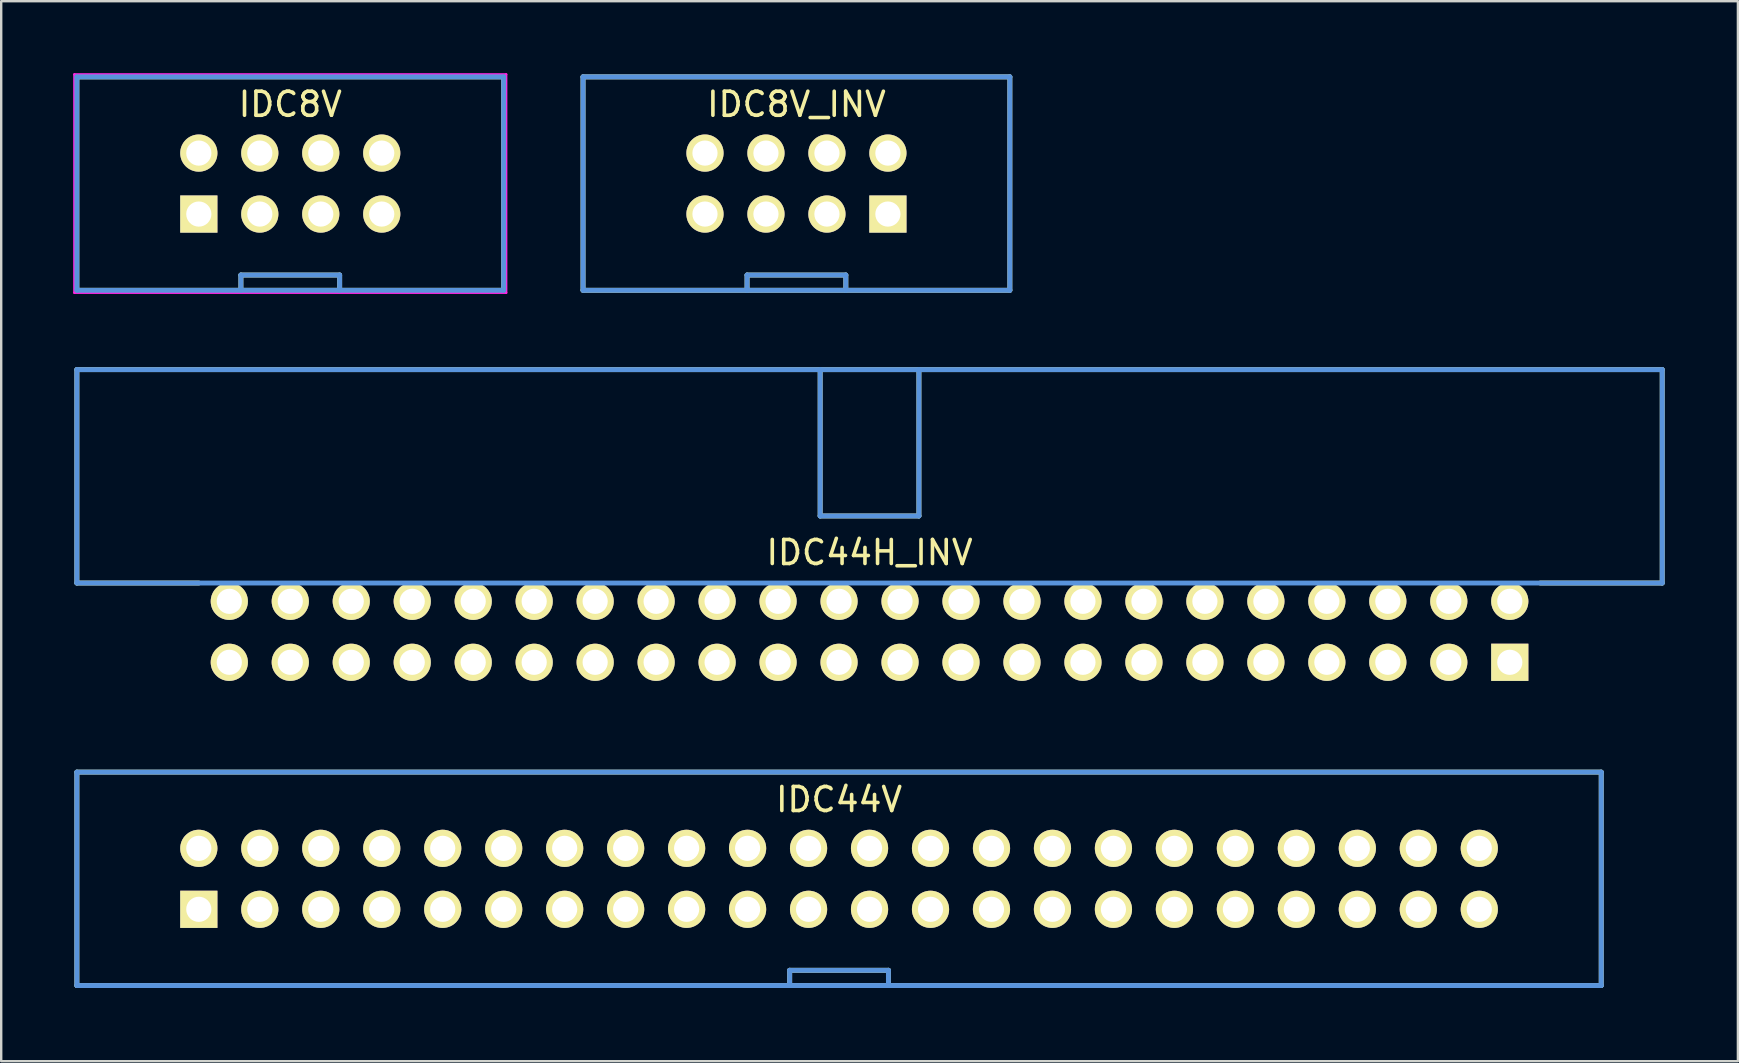
<source format=kicad_pcb>
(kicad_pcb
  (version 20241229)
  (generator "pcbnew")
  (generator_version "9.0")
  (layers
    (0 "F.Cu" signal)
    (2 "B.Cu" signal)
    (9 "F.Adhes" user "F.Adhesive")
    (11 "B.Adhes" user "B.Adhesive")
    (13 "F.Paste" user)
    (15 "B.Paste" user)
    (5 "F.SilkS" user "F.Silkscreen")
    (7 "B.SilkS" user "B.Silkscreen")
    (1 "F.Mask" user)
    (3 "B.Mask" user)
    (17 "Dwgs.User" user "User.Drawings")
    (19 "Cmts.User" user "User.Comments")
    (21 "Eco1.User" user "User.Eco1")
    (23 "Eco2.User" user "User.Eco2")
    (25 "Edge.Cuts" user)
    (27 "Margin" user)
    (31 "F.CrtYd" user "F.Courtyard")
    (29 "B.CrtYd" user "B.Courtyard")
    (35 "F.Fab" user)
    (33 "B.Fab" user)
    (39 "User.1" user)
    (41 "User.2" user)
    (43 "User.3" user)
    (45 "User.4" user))
  (footprint "IDC44H_INV"
    (layer "F.Cu")
    (at 6.502 24.539)
    (property "Reference" "IDC44H_INV" (at 26.67 -4.572 0) (layer "F.SilkS") (effects (font (size 1.001 1.001) (thickness 0.15))))
    (attr through_hole)
    (fp_line (start -6.35 -12.192) (end 59.69 -12.192) (stroke (width 0.203) (type solid)) (layer "F.SilkS"))
    (fp_line (start -6.35 -3.302) (end -6.35 -12.192) (stroke (width 0.203) (type solid)) (layer "F.SilkS"))
    (fp_line (start -6.35 -3.302) (end -1.27 -3.302) (stroke (width 0.203) (type solid)) (layer "F.SilkS"))
    (fp_line (start 24.613 -12.192) (end 24.613 -6.096) (stroke (width 0.203) (type solid)) (layer "F.SilkS"))
    (fp_line (start 24.613 -6.096) (end 28.727 -6.096) (stroke (width 0.203) (type solid)) (layer "F.SilkS"))
    (fp_line (start 28.727 -12.192) (end 28.727 -6.096) (stroke (width 0.203) (type solid)) (layer "F.SilkS"))
    (fp_line (start 59.69 -12.192) (end 59.69 -3.302) (stroke (width 0.203) (type solid)) (layer "F.SilkS"))
    (fp_line (start 59.69 -3.302) (end 54.61 -3.302) (stroke (width 0.203) (type solid)) (layer "F.SilkS"))
    (fp_line (start -6.35 -12.192) (end -6.35 -3.302) (stroke (width 0.203) (type solid)) (layer "Cmts.User"))
    (fp_line (start -6.35 -3.302) (end 59.69 -3.302) (stroke (width 0.203) (type solid)) (layer "Cmts.User"))
    (fp_line (start 24.613 -12.192) (end 24.613 -6.096) (stroke (width 0.203) (type solid)) (layer "Cmts.User"))
    (fp_line (start 24.613 -6.096) (end 28.727 -6.096) (stroke (width 0.203) (type solid)) (layer "Cmts.User"))
    (fp_line (start 28.727 -12.192) (end 28.727 -6.096) (stroke (width 0.203) (type solid)) (layer "Cmts.User"))
    (fp_line (start 59.69 -12.192) (end -6.35 -12.192) (stroke (width 0.203) (type solid)) (layer "Cmts.User"))
    (fp_line (start 59.69 -3.302) (end 59.69 -12.192) (stroke (width 0.203) (type solid)) (layer "Cmts.User"))
    (fp_line (start -6.452 -12.294) (end -6.452 -3.2) (stroke (width 0.102) (type solid)) (layer "Eco1.User"))
    (fp_line (start -6.452 -3.2) (end -1.372 -3.2) (stroke (width 0.102) (type solid)) (layer "Eco1.User"))
    (fp_line (start -1.372 -3.2) (end -1.372 1.372) (stroke (width 0.102) (type solid)) (layer "Eco1.User"))
    (fp_line (start -1.372 1.372) (end 54.712 1.372) (stroke (width 0.102) (type solid)) (layer "Eco1.User"))
    (fp_line (start 54.712 -3.2) (end 59.792 -3.2) (stroke (width 0.102) (type solid)) (layer "Eco1.User"))
    (fp_line (start 54.712 1.372) (end 54.712 -3.2) (stroke (width 0.102) (type solid)) (layer "Eco1.User"))
    (fp_line (start 59.792 -12.294) (end -6.452 -12.294) (stroke (width 0.102) (type solid)) (layer "Eco1.User"))
    (fp_line (start 59.792 -3.2) (end 59.792 -12.294) (stroke (width 0.102) (type solid)) (layer "Eco1.User"))
    (pad "1" thru_hole rect (at 53.34 0) (size 1.549 1.549) (drill 1.049) (layers "*.Cu" "*.Mask" "F.SilkS"))
    (pad "2" thru_hole circle (at 53.34 -2.54) (size 1.549 1.549) (drill 1.049) (layers "*.Cu" "*.Mask" "F.SilkS"))
    (pad "3" thru_hole circle (at 50.8 0) (size 1.549 1.549) (drill 1.049) (layers "*.Cu" "*.Mask" "F.SilkS"))
    (pad "4" thru_hole circle (at 50.8 -2.54) (size 1.549 1.549) (drill 1.049) (layers "*.Cu" "*.Mask" "F.SilkS"))
    (pad "5" thru_hole circle (at 48.26 0) (size 1.549 1.549) (drill 1.049) (layers "*.Cu" "*.Mask" "F.SilkS"))
    (pad "6" thru_hole circle (at 48.26 -2.54) (size 1.549 1.549) (drill 1.049) (layers "*.Cu" "*.Mask" "F.SilkS"))
    (pad "7" thru_hole circle (at 45.72 0) (size 1.549 1.549) (drill 1.049) (layers "*.Cu" "*.Mask" "F.SilkS"))
    (pad "8" thru_hole circle (at 45.72 -2.54) (size 1.549 1.549) (drill 1.049) (layers "*.Cu" "*.Mask" "F.SilkS"))
    (pad "9" thru_hole circle (at 43.18 0) (size 1.549 1.549) (drill 1.049) (layers "*.Cu" "*.Mask" "F.SilkS"))
    (pad "10" thru_hole circle (at 43.18 -2.54) (size 1.549 1.549) (drill 1.049) (layers "*.Cu" "*.Mask" "F.SilkS"))
    (pad "11" thru_hole circle (at 40.64 0) (size 1.549 1.549) (drill 1.049) (layers "*.Cu" "*.Mask" "F.SilkS"))
    (pad "12" thru_hole circle (at 40.64 -2.54) (size 1.549 1.549) (drill 1.049) (layers "*.Cu" "*.Mask" "F.SilkS"))
    (pad "13" thru_hole circle (at 38.1 0) (size 1.549 1.549) (drill 1.049) (layers "*.Cu" "*.Mask" "F.SilkS"))
    (pad "14" thru_hole circle (at 38.1 -2.54) (size 1.549 1.549) (drill 1.049) (layers "*.Cu" "*.Mask" "F.SilkS"))
    (pad "15" thru_hole circle (at 35.56 0) (size 1.549 1.549) (drill 1.049) (layers "*.Cu" "*.Mask" "F.SilkS"))
    (pad "16" thru_hole circle (at 35.56 -2.54) (size 1.549 1.549) (drill 1.049) (layers "*.Cu" "*.Mask" "F.SilkS"))
    (pad "17" thru_hole circle (at 33.02 0) (size 1.549 1.549) (drill 1.049) (layers "*.Cu" "*.Mask" "F.SilkS"))
    (pad "18" thru_hole circle (at 33.02 -2.54) (size 1.549 1.549) (drill 1.049) (layers "*.Cu" "*.Mask" "F.SilkS"))
    (pad "19" thru_hole circle (at 30.48 0) (size 1.549 1.549) (drill 1.049) (layers "*.Cu" "*.Mask" "F.SilkS"))
    (pad "20" thru_hole circle (at 30.48 -2.54) (size 1.549 1.549) (drill 1.049) (layers "*.Cu" "*.Mask" "F.SilkS"))
    (pad "21" thru_hole circle (at 27.94 0) (size 1.549 1.549) (drill 1.049) (layers "*.Cu" "*.Mask" "F.SilkS"))
    (pad "22" thru_hole circle (at 27.94 -2.54) (size 1.549 1.549) (drill 1.049) (layers "*.Cu" "*.Mask" "F.SilkS"))
    (pad "23" thru_hole circle (at 25.4 0) (size 1.549 1.549) (drill 1.049) (layers "*.Cu" "*.Mask" "F.SilkS"))
    (pad "24" thru_hole circle (at 25.4 -2.54) (size 1.549 1.549) (drill 1.049) (layers "*.Cu" "*.Mask" "F.SilkS"))
    (pad "25" thru_hole circle (at 22.86 0) (size 1.549 1.549) (drill 1.049) (layers "*.Cu" "*.Mask" "F.SilkS"))
    (pad "26" thru_hole circle (at 22.86 -2.54) (size 1.549 1.549) (drill 1.049) (layers "*.Cu" "*.Mask" "F.SilkS"))
    (pad "27" thru_hole circle (at 20.32 0) (size 1.549 1.549) (drill 1.049) (layers "*.Cu" "*.Mask" "F.SilkS"))
    (pad "28" thru_hole circle (at 20.32 -2.54) (size 1.549 1.549) (drill 1.049) (layers "*.Cu" "*.Mask" "F.SilkS"))
    (pad "29" thru_hole circle (at 17.78 0) (size 1.549 1.549) (drill 1.049) (layers "*.Cu" "*.Mask" "F.SilkS"))
    (pad "30" thru_hole circle (at 17.78 -2.54) (size 1.549 1.549) (drill 1.049) (layers "*.Cu" "*.Mask" "F.SilkS"))
    (pad "31" thru_hole circle (at 15.24 0) (size 1.549 1.549) (drill 1.049) (layers "*.Cu" "*.Mask" "F.SilkS"))
    (pad "32" thru_hole circle (at 15.24 -2.54) (size 1.549 1.549) (drill 1.049) (layers "*.Cu" "*.Mask" "F.SilkS"))
    (pad "33" thru_hole circle (at 12.7 0) (size 1.549 1.549) (drill 1.049) (layers "*.Cu" "*.Mask" "F.SilkS"))
    (pad "34" thru_hole circle (at 12.7 -2.54) (size 1.549 1.549) (drill 1.049) (layers "*.Cu" "*.Mask" "F.SilkS"))
    (pad "35" thru_hole circle (at 10.16 0) (size 1.549 1.549) (drill 1.049) (layers "*.Cu" "*.Mask" "F.SilkS"))
    (pad "36" thru_hole circle (at 10.16 -2.54) (size 1.549 1.549) (drill 1.049) (layers "*.Cu" "*.Mask" "F.SilkS"))
    (pad "37" thru_hole circle (at 7.62 0) (size 1.549 1.549) (drill 1.049) (layers "*.Cu" "*.Mask" "F.SilkS"))
    (pad "38" thru_hole circle (at 7.62 -2.54) (size 1.549 1.549) (drill 1.049) (layers "*.Cu" "*.Mask" "F.SilkS"))
    (pad "39" thru_hole circle (at 5.08 0) (size 1.549 1.549) (drill 1.049) (layers "*.Cu" "*.Mask" "F.SilkS"))
    (pad "40" thru_hole circle (at 5.08 -2.54) (size 1.549 1.549) (drill 1.049) (layers "*.Cu" "*.Mask" "F.SilkS"))
    (pad "41" thru_hole circle (at 2.54 0) (size 1.549 1.549) (drill 1.049) (layers "*.Cu" "*.Mask" "F.SilkS"))
    (pad "42" thru_hole circle (at 2.54 -2.54) (size 1.549 1.549) (drill 1.049) (layers "*.Cu" "*.Mask" "F.SilkS"))
    (pad "43" thru_hole circle (at 0 0) (size 1.549 1.549) (drill 1.049) (layers "*.Cu" "*.Mask" "F.SilkS"))
    (pad "44" thru_hole circle (at 0 -2.54) (size 1.549 1.549) (drill 1.049) (layers "*.Cu" "*.Mask" "F.SilkS")))
  (footprint "IDC44V"
    (layer "F.Cu")
    (at 5.232 34.829)
    (property "Reference" "IDC44V" (at 26.67 -4.572 0) (layer "F.SilkS") (effects (font (size 1.001 1.001) (thickness 0.15))))
    (attr through_hole)
    (fp_line (start -5.08 -5.715) (end 58.42 -5.715) (stroke (width 0.203) (type solid)) (layer "F.SilkS"))
    (fp_line (start -5.08 3.175) (end -5.08 -5.715) (stroke (width 0.203) (type solid)) (layer "F.SilkS"))
    (fp_line (start 24.613 2.54) (end 28.727 2.54) (stroke (width 0.203) (type solid)) (layer "F.SilkS"))
    (fp_line (start 24.613 3.175) (end 24.613 2.54) (stroke (width 0.203) (type solid)) (layer "F.SilkS"))
    (fp_line (start 28.727 3.175) (end 28.727 2.54) (stroke (width 0.203) (type solid)) (layer "F.SilkS"))
    (fp_line (start 58.42 -5.715) (end 58.42 3.175) (stroke (width 0.203) (type solid)) (layer "F.SilkS"))
    (fp_line (start 58.42 3.175) (end -5.08 3.175) (stroke (width 0.203) (type solid)) (layer "F.SilkS"))
    (fp_line (start -5.08 -5.715) (end 58.42 -5.715) (stroke (width 0.203) (type solid)) (layer "Cmts.User"))
    (fp_line (start -5.08 3.175) (end -5.08 -5.715) (stroke (width 0.203) (type solid)) (layer "Cmts.User"))
    (fp_line (start 24.613 2.54) (end 28.727 2.54) (stroke (width 0.203) (type solid)) (layer "Cmts.User"))
    (fp_line (start 24.613 3.175) (end 24.613 2.54) (stroke (width 0.203) (type solid)) (layer "Cmts.User"))
    (fp_line (start 28.727 3.175) (end 28.727 2.54) (stroke (width 0.203) (type solid)) (layer "Cmts.User"))
    (fp_line (start 58.42 -5.715) (end 58.42 3.175) (stroke (width 0.203) (type solid)) (layer "Cmts.User"))
    (fp_line (start 58.42 3.175) (end -5.08 3.175) (stroke (width 0.203) (type solid)) (layer "Cmts.User"))
    (fp_line (start -5.182 -5.817) (end 58.522 -5.817) (stroke (width 0.102) (type solid)) (layer "Eco1.User"))
    (fp_line (start -5.182 3.277) (end -5.182 -5.817) (stroke (width 0.102) (type solid)) (layer "Eco1.User"))
    (fp_line (start 58.522 -5.817) (end 58.522 3.277) (stroke (width 0.102) (type solid)) (layer "Eco1.User"))
    (fp_line (start 58.522 3.277) (end -5.182 3.277) (stroke (width 0.102) (type solid)) (layer "Eco1.User"))
    (pad "1" thru_hole rect (at 0 0) (size 1.549 1.549) (drill 1.049) (layers "*.Cu" "*.Mask" "F.SilkS"))
    (pad "2" thru_hole circle (at 0 -2.54) (size 1.549 1.549) (drill 1.049) (layers "*.Cu" "*.Mask" "F.SilkS"))
    (pad "3" thru_hole circle (at 2.54 0) (size 1.549 1.549) (drill 1.049) (layers "*.Cu" "*.Mask" "F.SilkS"))
    (pad "4" thru_hole circle (at 2.54 -2.54) (size 1.549 1.549) (drill 1.049) (layers "*.Cu" "*.Mask" "F.SilkS"))
    (pad "5" thru_hole circle (at 5.08 0) (size 1.549 1.549) (drill 1.049) (layers "*.Cu" "*.Mask" "F.SilkS"))
    (pad "6" thru_hole circle (at 5.08 -2.54) (size 1.549 1.549) (drill 1.049) (layers "*.Cu" "*.Mask" "F.SilkS"))
    (pad "7" thru_hole circle (at 7.62 0) (size 1.549 1.549) (drill 1.049) (layers "*.Cu" "*.Mask" "F.SilkS"))
    (pad "8" thru_hole circle (at 7.62 -2.54) (size 1.549 1.549) (drill 1.049) (layers "*.Cu" "*.Mask" "F.SilkS"))
    (pad "9" thru_hole circle (at 10.16 0) (size 1.549 1.549) (drill 1.049) (layers "*.Cu" "*.Mask" "F.SilkS"))
    (pad "10" thru_hole circle (at 10.16 -2.54) (size 1.549 1.549) (drill 1.049) (layers "*.Cu" "*.Mask" "F.SilkS"))
    (pad "11" thru_hole circle (at 12.7 0) (size 1.549 1.549) (drill 1.049) (layers "*.Cu" "*.Mask" "F.SilkS"))
    (pad "12" thru_hole circle (at 12.7 -2.54) (size 1.549 1.549) (drill 1.049) (layers "*.Cu" "*.Mask" "F.SilkS"))
    (pad "13" thru_hole circle (at 15.24 0) (size 1.549 1.549) (drill 1.049) (layers "*.Cu" "*.Mask" "F.SilkS"))
    (pad "14" thru_hole circle (at 15.24 -2.54) (size 1.549 1.549) (drill 1.049) (layers "*.Cu" "*.Mask" "F.SilkS"))
    (pad "15" thru_hole circle (at 17.78 0) (size 1.549 1.549) (drill 1.049) (layers "*.Cu" "*.Mask" "F.SilkS"))
    (pad "16" thru_hole circle (at 17.78 -2.54) (size 1.549 1.549) (drill 1.049) (layers "*.Cu" "*.Mask" "F.SilkS"))
    (pad "17" thru_hole circle (at 20.32 0) (size 1.549 1.549) (drill 1.049) (layers "*.Cu" "*.Mask" "F.SilkS"))
    (pad "18" thru_hole circle (at 20.32 -2.54) (size 1.549 1.549) (drill 1.049) (layers "*.Cu" "*.Mask" "F.SilkS"))
    (pad "19" thru_hole circle (at 22.86 0) (size 1.549 1.549) (drill 1.049) (layers "*.Cu" "*.Mask" "F.SilkS"))
    (pad "20" thru_hole circle (at 22.86 -2.54) (size 1.549 1.549) (drill 1.049) (layers "*.Cu" "*.Mask" "F.SilkS"))
    (pad "21" thru_hole circle (at 25.4 0) (size 1.549 1.549) (drill 1.049) (layers "*.Cu" "*.Mask" "F.SilkS"))
    (pad "22" thru_hole circle (at 25.4 -2.54) (size 1.549 1.549) (drill 1.049) (layers "*.Cu" "*.Mask" "F.SilkS"))
    (pad "23" thru_hole circle (at 27.94 0) (size 1.549 1.549) (drill 1.049) (layers "*.Cu" "*.Mask" "F.SilkS"))
    (pad "24" thru_hole circle (at 27.94 -2.54) (size 1.549 1.549) (drill 1.049) (layers "*.Cu" "*.Mask" "F.SilkS"))
    (pad "25" thru_hole circle (at 30.48 0) (size 1.549 1.549) (drill 1.049) (layers "*.Cu" "*.Mask" "F.SilkS"))
    (pad "26" thru_hole circle (at 30.48 -2.54) (size 1.549 1.549) (drill 1.049) (layers "*.Cu" "*.Mask" "F.SilkS"))
    (pad "27" thru_hole circle (at 33.02 0) (size 1.549 1.549) (drill 1.049) (layers "*.Cu" "*.Mask" "F.SilkS"))
    (pad "28" thru_hole circle (at 33.02 -2.54) (size 1.549 1.549) (drill 1.049) (layers "*.Cu" "*.Mask" "F.SilkS"))
    (pad "29" thru_hole circle (at 35.56 0) (size 1.549 1.549) (drill 1.049) (layers "*.Cu" "*.Mask" "F.SilkS"))
    (pad "30" thru_hole circle (at 35.56 -2.54) (size 1.549 1.549) (drill 1.049) (layers "*.Cu" "*.Mask" "F.SilkS"))
    (pad "31" thru_hole circle (at 38.1 0) (size 1.549 1.549) (drill 1.049) (layers "*.Cu" "*.Mask" "F.SilkS"))
    (pad "32" thru_hole circle (at 38.1 -2.54) (size 1.549 1.549) (drill 1.049) (layers "*.Cu" "*.Mask" "F.SilkS"))
    (pad "33" thru_hole circle (at 40.64 0) (size 1.549 1.549) (drill 1.049) (layers "*.Cu" "*.Mask" "F.SilkS"))
    (pad "34" thru_hole circle (at 40.64 -2.54) (size 1.549 1.549) (drill 1.049) (layers "*.Cu" "*.Mask" "F.SilkS"))
    (pad "35" thru_hole circle (at 43.18 0) (size 1.549 1.549) (drill 1.049) (layers "*.Cu" "*.Mask" "F.SilkS"))
    (pad "36" thru_hole circle (at 43.18 -2.54) (size 1.549 1.549) (drill 1.049) (layers "*.Cu" "*.Mask" "F.SilkS"))
    (pad "37" thru_hole circle (at 45.72 0) (size 1.549 1.549) (drill 1.049) (layers "*.Cu" "*.Mask" "F.SilkS"))
    (pad "38" thru_hole circle (at 45.72 -2.54) (size 1.549 1.549) (drill 1.049) (layers "*.Cu" "*.Mask" "F.SilkS"))
    (pad "39" thru_hole circle (at 48.26 0) (size 1.549 1.549) (drill 1.049) (layers "*.Cu" "*.Mask" "F.SilkS"))
    (pad "40" thru_hole circle (at 48.26 -2.54) (size 1.549 1.549) (drill 1.049) (layers "*.Cu" "*.Mask" "F.SilkS"))
    (pad "41" thru_hole circle (at 50.8 0) (size 1.549 1.549) (drill 1.049) (layers "*.Cu" "*.Mask" "F.SilkS"))
    (pad "42" thru_hole circle (at 50.8 -2.54) (size 1.549 1.549) (drill 1.049) (layers "*.Cu" "*.Mask" "F.SilkS"))
    (pad "43" thru_hole circle (at 53.34 0) (size 1.549 1.549) (drill 1.049) (layers "*.Cu" "*.Mask" "F.SilkS"))
    (pad "44" thru_hole circle (at 53.34 -2.54) (size 1.549 1.549) (drill 1.049) (layers "*.Cu" "*.Mask" "F.SilkS")))
  (footprint "IDC8V"
    (layer "F.Cu")
    (at 5.232 5.867)
    (property "Reference" "IDC8V" (at 3.81 -4.572 0) (layer "F.SilkS") (effects (font (size 1.001 1.001) (thickness 0.15))))
    (attr through_hole)
    (fp_line (start -5.08 -5.715) (end 12.7 -5.715) (stroke (width 0.203) (type solid)) (layer "F.SilkS"))
    (fp_line (start -5.08 3.175) (end -5.08 -5.715) (stroke (width 0.203) (type solid)) (layer "F.SilkS"))
    (fp_line (start 1.753 2.54) (end 5.867 2.54) (stroke (width 0.203) (type solid)) (layer "F.SilkS"))
    (fp_line (start 1.753 3.175) (end 1.753 2.54) (stroke (width 0.203) (type solid)) (layer "F.SilkS"))
    (fp_line (start 5.867 3.175) (end 5.867 2.54) (stroke (width 0.203) (type solid)) (layer "F.SilkS"))
    (fp_line (start 12.7 -5.715) (end 12.7 3.175) (stroke (width 0.203) (type solid)) (layer "F.SilkS"))
    (fp_line (start 12.7 3.175) (end -5.08 3.175) (stroke (width 0.203) (type solid)) (layer "F.SilkS"))
    (fp_line (start -5.08 -5.715) (end 12.7 -5.715) (stroke (width 0.203) (type solid)) (layer "Cmts.User"))
    (fp_line (start -5.08 3.175) (end -5.08 -5.715) (stroke (width 0.203) (type solid)) (layer "Cmts.User"))
    (fp_line (start 1.753 2.54) (end 5.867 2.54) (stroke (width 0.203) (type solid)) (layer "Cmts.User"))
    (fp_line (start 1.753 3.175) (end 1.753 2.54) (stroke (width 0.203) (type solid)) (layer "Cmts.User"))
    (fp_line (start 5.867 3.175) (end 5.867 2.54) (stroke (width 0.203) (type solid)) (layer "Cmts.User"))
    (fp_line (start 12.7 -5.715) (end 12.7 3.175) (stroke (width 0.203) (type solid)) (layer "Cmts.User"))
    (fp_line (start 12.7 3.175) (end -5.08 3.175) (stroke (width 0.203) (type solid)) (layer "Cmts.User"))
    (fp_line (start -5.182 -5.817) (end 12.802 -5.817) (stroke (width 0.102) (type solid)) (layer "F.CrtYd"))
    (fp_line (start -5.182 3.277) (end -5.182 -5.817) (stroke (width 0.102) (type solid)) (layer "F.CrtYd"))
    (fp_line (start 12.802 -5.817) (end 12.802 3.277) (stroke (width 0.102) (type solid)) (layer "F.CrtYd"))
    (fp_line (start 12.802 3.277) (end -5.182 3.277) (stroke (width 0.102) (type solid)) (layer "F.CrtYd"))
    (pad "1" thru_hole rect (at 0 0) (size 1.549 1.549) (drill 1.049) (layers "*.Cu" "*.Mask" "F.SilkS"))
    (pad "2" thru_hole circle (at 0 -2.54) (size 1.549 1.549) (drill 1.049) (layers "*.Cu" "*.Mask" "F.SilkS"))
    (pad "3" thru_hole circle (at 2.54 0) (size 1.549 1.549) (drill 1.049) (layers "*.Cu" "*.Mask" "F.SilkS"))
    (pad "4" thru_hole circle (at 2.54 -2.54) (size 1.549 1.549) (drill 1.049) (layers "*.Cu" "*.Mask" "F.SilkS"))
    (pad "5" thru_hole circle (at 5.08 0) (size 1.549 1.549) (drill 1.049) (layers "*.Cu" "*.Mask" "F.SilkS"))
    (pad "6" thru_hole circle (at 5.08 -2.54) (size 1.549 1.549) (drill 1.049) (layers "*.Cu" "*.Mask" "F.SilkS"))
    (pad "7" thru_hole circle (at 7.62 0) (size 1.549 1.549) (drill 1.049) (layers "*.Cu" "*.Mask" "F.SilkS"))
    (pad "8" thru_hole circle (at 7.62 -2.54) (size 1.549 1.549) (drill 1.049) (layers "*.Cu" "*.Mask" "F.SilkS")))
  (footprint "IDC8V_INV"
    (layer "F.Cu")
    (at 26.317 5.867)
    (property "Reference" "IDC8V_INV" (at 3.81 -4.572 0) (layer "F.SilkS") (effects (font (size 1.001 1.001) (thickness 0.15))))
    (attr through_hole)
    (fp_line (start -5.08 -5.715) (end 12.7 -5.715) (stroke (width 0.203) (type solid)) (layer "F.SilkS"))
    (fp_line (start -5.08 3.175) (end -5.08 -5.715) (stroke (width 0.203) (type solid)) (layer "F.SilkS"))
    (fp_line (start 1.753 2.54) (end 5.867 2.54) (stroke (width 0.203) (type solid)) (layer "F.SilkS"))
    (fp_line (start 1.753 3.175) (end 1.753 2.54) (stroke (width 0.203) (type solid)) (layer "F.SilkS"))
    (fp_line (start 5.867 3.175) (end 5.867 2.54) (stroke (width 0.203) (type solid)) (layer "F.SilkS"))
    (fp_line (start 12.7 -5.715) (end 12.7 3.175) (stroke (width 0.203) (type solid)) (layer "F.SilkS"))
    (fp_line (start 12.7 3.175) (end -5.08 3.175) (stroke (width 0.203) (type solid)) (layer "F.SilkS"))
    (fp_line (start -5.08 -5.715) (end 12.7 -5.715) (stroke (width 0.203) (type solid)) (layer "Cmts.User"))
    (fp_line (start -5.08 3.175) (end -5.08 -5.715) (stroke (width 0.203) (type solid)) (layer "Cmts.User"))
    (fp_line (start 1.753 2.54) (end 5.867 2.54) (stroke (width 0.203) (type solid)) (layer "Cmts.User"))
    (fp_line (start 1.753 3.175) (end 1.753 2.54) (stroke (width 0.203) (type solid)) (layer "Cmts.User"))
    (fp_line (start 5.867 3.175) (end 5.867 2.54) (stroke (width 0.203) (type solid)) (layer "Cmts.User"))
    (fp_line (start 12.7 -5.715) (end 12.7 3.175) (stroke (width 0.203) (type solid)) (layer "Cmts.User"))
    (fp_line (start 12.7 3.175) (end -5.08 3.175) (stroke (width 0.203) (type solid)) (layer "Cmts.User"))
    (fp_line (start -5.182 -5.817) (end 12.802 -5.817) (stroke (width 0.102) (type solid)) (layer "Eco1.User"))
    (fp_line (start -5.182 3.277) (end -5.182 -5.817) (stroke (width 0.102) (type solid)) (layer "Eco1.User"))
    (fp_line (start 12.802 -5.817) (end 12.802 3.277) (stroke (width 0.102) (type solid)) (layer "Eco1.User"))
    (fp_line (start 12.802 3.277) (end -5.182 3.277) (stroke (width 0.102) (type solid)) (layer "Eco1.User"))
    (pad "1" thru_hole rect (at 7.62 0) (size 1.549 1.549) (drill 1.049) (layers "*.Cu" "*.Mask" "F.SilkS"))
    (pad "2" thru_hole circle (at 7.62 -2.54) (size 1.549 1.549) (drill 1.049) (layers "*.Cu" "*.Mask" "F.SilkS"))
    (pad "3" thru_hole circle (at 5.08 0) (size 1.549 1.549) (drill 1.049) (layers "*.Cu" "*.Mask" "F.SilkS"))
    (pad "4" thru_hole circle (at 5.08 -2.54) (size 1.549 1.549) (drill 1.049) (layers "*.Cu" "*.Mask" "F.SilkS"))
    (pad "5" thru_hole circle (at 2.54 0) (size 1.549 1.549) (drill 1.049) (layers "*.Cu" "*.Mask" "F.SilkS"))
    (pad "6" thru_hole circle (at 2.54 -2.54) (size 1.549 1.549) (drill 1.049) (layers "*.Cu" "*.Mask" "F.SilkS"))
    (pad "7" thru_hole circle (at 0 0) (size 1.549 1.549) (drill 1.049) (layers "*.Cu" "*.Mask" "F.SilkS"))
    (pad "8" thru_hole circle (at 0 -2.54) (size 1.549 1.549) (drill 1.049) (layers "*.Cu" "*.Mask" "F.SilkS")))
  (gr_rect
    (start -3 -3)
    (end 69.345 41.156)
    (stroke (width 0.1) (type default))
    (fill no)
    (layer "Edge.Cuts")))
</source>
